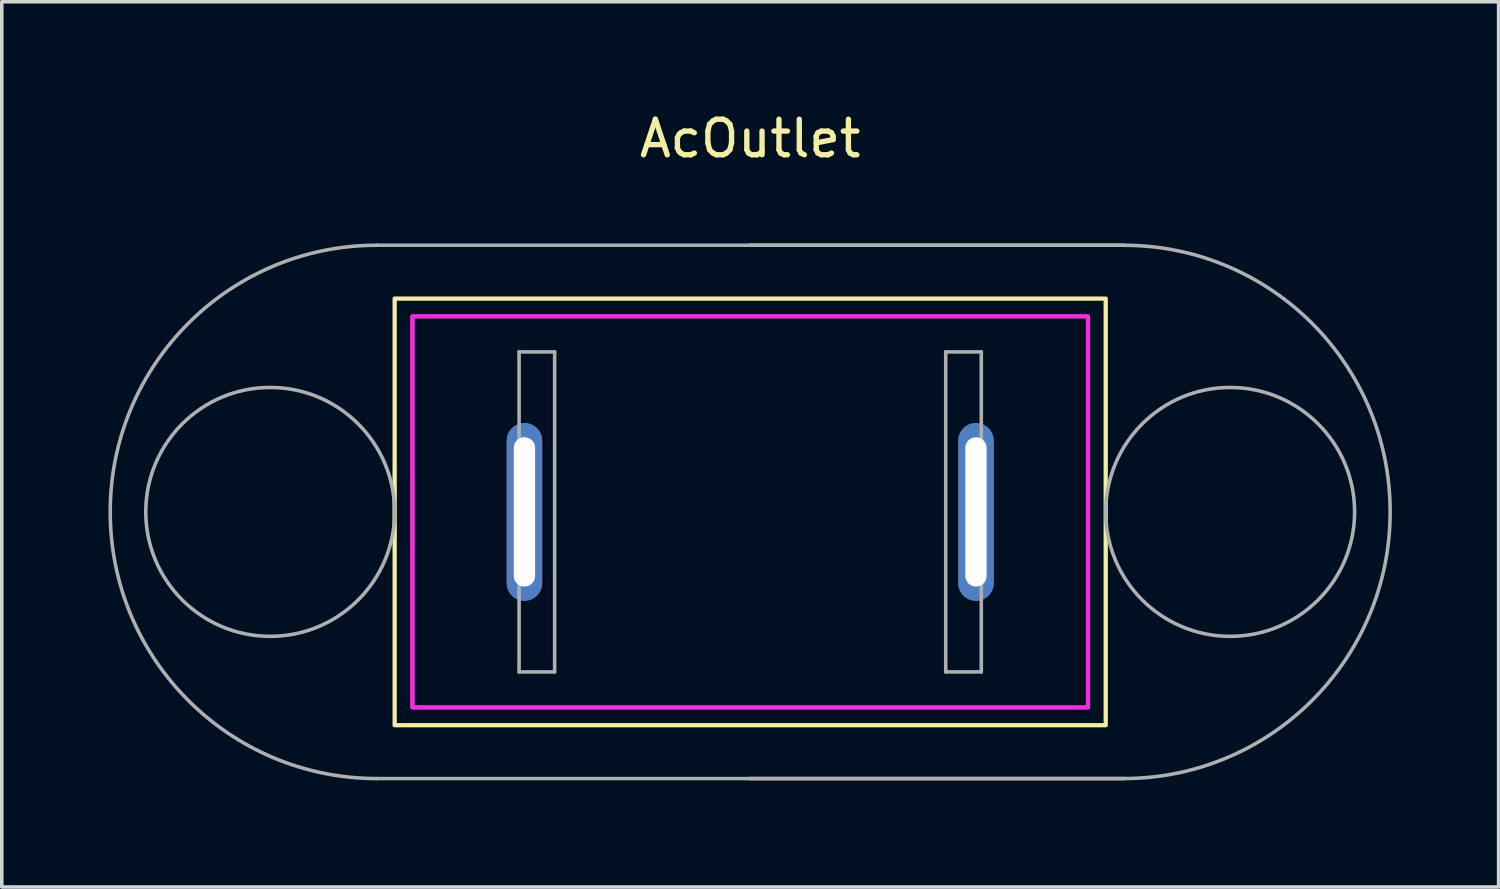
<source format=kicad_pcb>
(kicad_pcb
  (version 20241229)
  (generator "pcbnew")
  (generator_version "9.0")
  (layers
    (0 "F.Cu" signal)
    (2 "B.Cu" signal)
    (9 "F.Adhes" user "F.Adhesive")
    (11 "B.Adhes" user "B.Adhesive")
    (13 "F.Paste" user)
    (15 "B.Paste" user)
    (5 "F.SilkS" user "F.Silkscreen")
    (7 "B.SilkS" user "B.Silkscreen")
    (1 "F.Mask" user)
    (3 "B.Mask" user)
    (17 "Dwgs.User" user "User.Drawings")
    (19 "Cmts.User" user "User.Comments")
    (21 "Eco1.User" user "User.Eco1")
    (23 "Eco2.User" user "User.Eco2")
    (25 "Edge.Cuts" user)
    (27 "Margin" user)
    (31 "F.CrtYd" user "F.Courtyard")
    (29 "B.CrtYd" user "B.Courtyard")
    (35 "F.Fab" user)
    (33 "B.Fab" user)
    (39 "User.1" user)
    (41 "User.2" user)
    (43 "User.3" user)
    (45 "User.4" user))
  (footprint "AcOutlet"
    (layer "F.Cu")
    (at 18.05 11.348)
    (property "Reference" "AcOutlet" (at 0 -10.5 0) (unlocked yes) (layer "F.SilkS") (effects (font (size 1 1) (thickness 0.15))))
    (attr through_hole)
    (fp_rect (start -10 -6) (end 10 6) (stroke (width 0.12) (type solid)) (fill no) (layer "F.SilkS"))
    (fp_rect (start -9.5 -5.5) (end 9.5 5.5) (stroke (width 0.12) (type solid)) (fill no) (layer "F.CrtYd"))
    (fp_line (start -6.5 -4.5) (end -5.5 -4.5) (stroke (width 0.1) (type solid)) (layer "F.Fab"))
    (fp_line (start -6.5 0) (end -6.5 -4.5) (stroke (width 0.1) (type solid)) (layer "F.Fab"))
    (fp_line (start -6.5 4.5) (end -6.5 0) (stroke (width 0.1) (type solid)) (layer "F.Fab"))
    (fp_line (start -5.5 -4.5) (end -5.5 4.5) (stroke (width 0.1) (type solid)) (layer "F.Fab"))
    (fp_line (start -5.5 4.5) (end -6.5 4.5) (stroke (width 0.1) (type solid)) (layer "F.Fab"))
    (fp_line (start 0 -7.5) (end -10.5 -7.5) (stroke (width 0.1) (type solid)) (layer "F.Fab"))
    (fp_line (start 0 -7.5) (end 10.5 -7.5) (stroke (width 0.1) (type solid)) (layer "F.Fab"))
    (fp_line (start 0 7.5) (end -10.5 7.5) (stroke (width 0.1) (type solid)) (layer "F.Fab"))
    (fp_line (start 0 7.5) (end 10.5 7.5) (stroke (width 0.1) (type solid)) (layer "F.Fab"))
    (fp_line (start 5.5 -4.5) (end 5.5 4.5) (stroke (width 0.1) (type solid)) (layer "F.Fab"))
    (fp_line (start 5.5 4.5) (end 6.5 4.5) (stroke (width 0.1) (type solid)) (layer "F.Fab"))
    (fp_line (start 6.5 -4.5) (end 5.5 -4.5) (stroke (width 0.1) (type solid)) (layer "F.Fab"))
    (fp_line (start 6.5 0) (end 6.5 -4.5) (stroke (width 0.1) (type solid)) (layer "F.Fab"))
    (fp_line (start 6.5 4.5) (end 6.5 0) (stroke (width 0.1) (type solid)) (layer "F.Fab"))
    (fp_line (start 10.5 -7.5) (end 0 -7.5) (stroke (width 0.1) (type solid)) (layer "F.Fab"))
    (fp_line (start 10.5 7.5) (end 0 7.5) (stroke (width 0.1) (type solid)) (layer "F.Fab"))
    (fp_rect (start -9.5 -5.5) (end 9.5 5.5) (stroke (width 0.1) (type solid)) (fill no) (layer "F.Fab"))
    (fp_arc (start -10.5 7.5) (mid -18 0) (end -10.5 -7.5) (stroke (width 0.1) (type solid)) (layer "F.Fab"))
    (fp_arc (start 10.5 -7.5) (mid 18 0) (end 10.5 7.5) (stroke (width 0.1) (type solid)) (layer "F.Fab"))
    (fp_circle (center -13.5 0) (end -13.5 -3.5) (stroke (width 0.1) (type solid)) (fill no) (layer "F.Fab"))
    (fp_circle (center 13.5 0) (end 13.5 -3.5) (stroke (width 0.1) (type solid)) (fill no) (layer "F.Fab"))
    (pad "1" thru_hole oval (at -6.35 0) (size 1 5) (drill oval 0.6 4.2) (layers "*.Cu" "*.Mask"))
    (pad "2" thru_hole oval (at 6.35 0) (size 1 5) (drill oval 0.6 4.2) (layers "*.Cu" "*.Mask")))
  (gr_rect
    (start -3 -3)
    (end 39.1 21.898)
    (stroke (width 0.1) (type default))
    (fill no)
    (layer "Edge.Cuts")))
</source>
